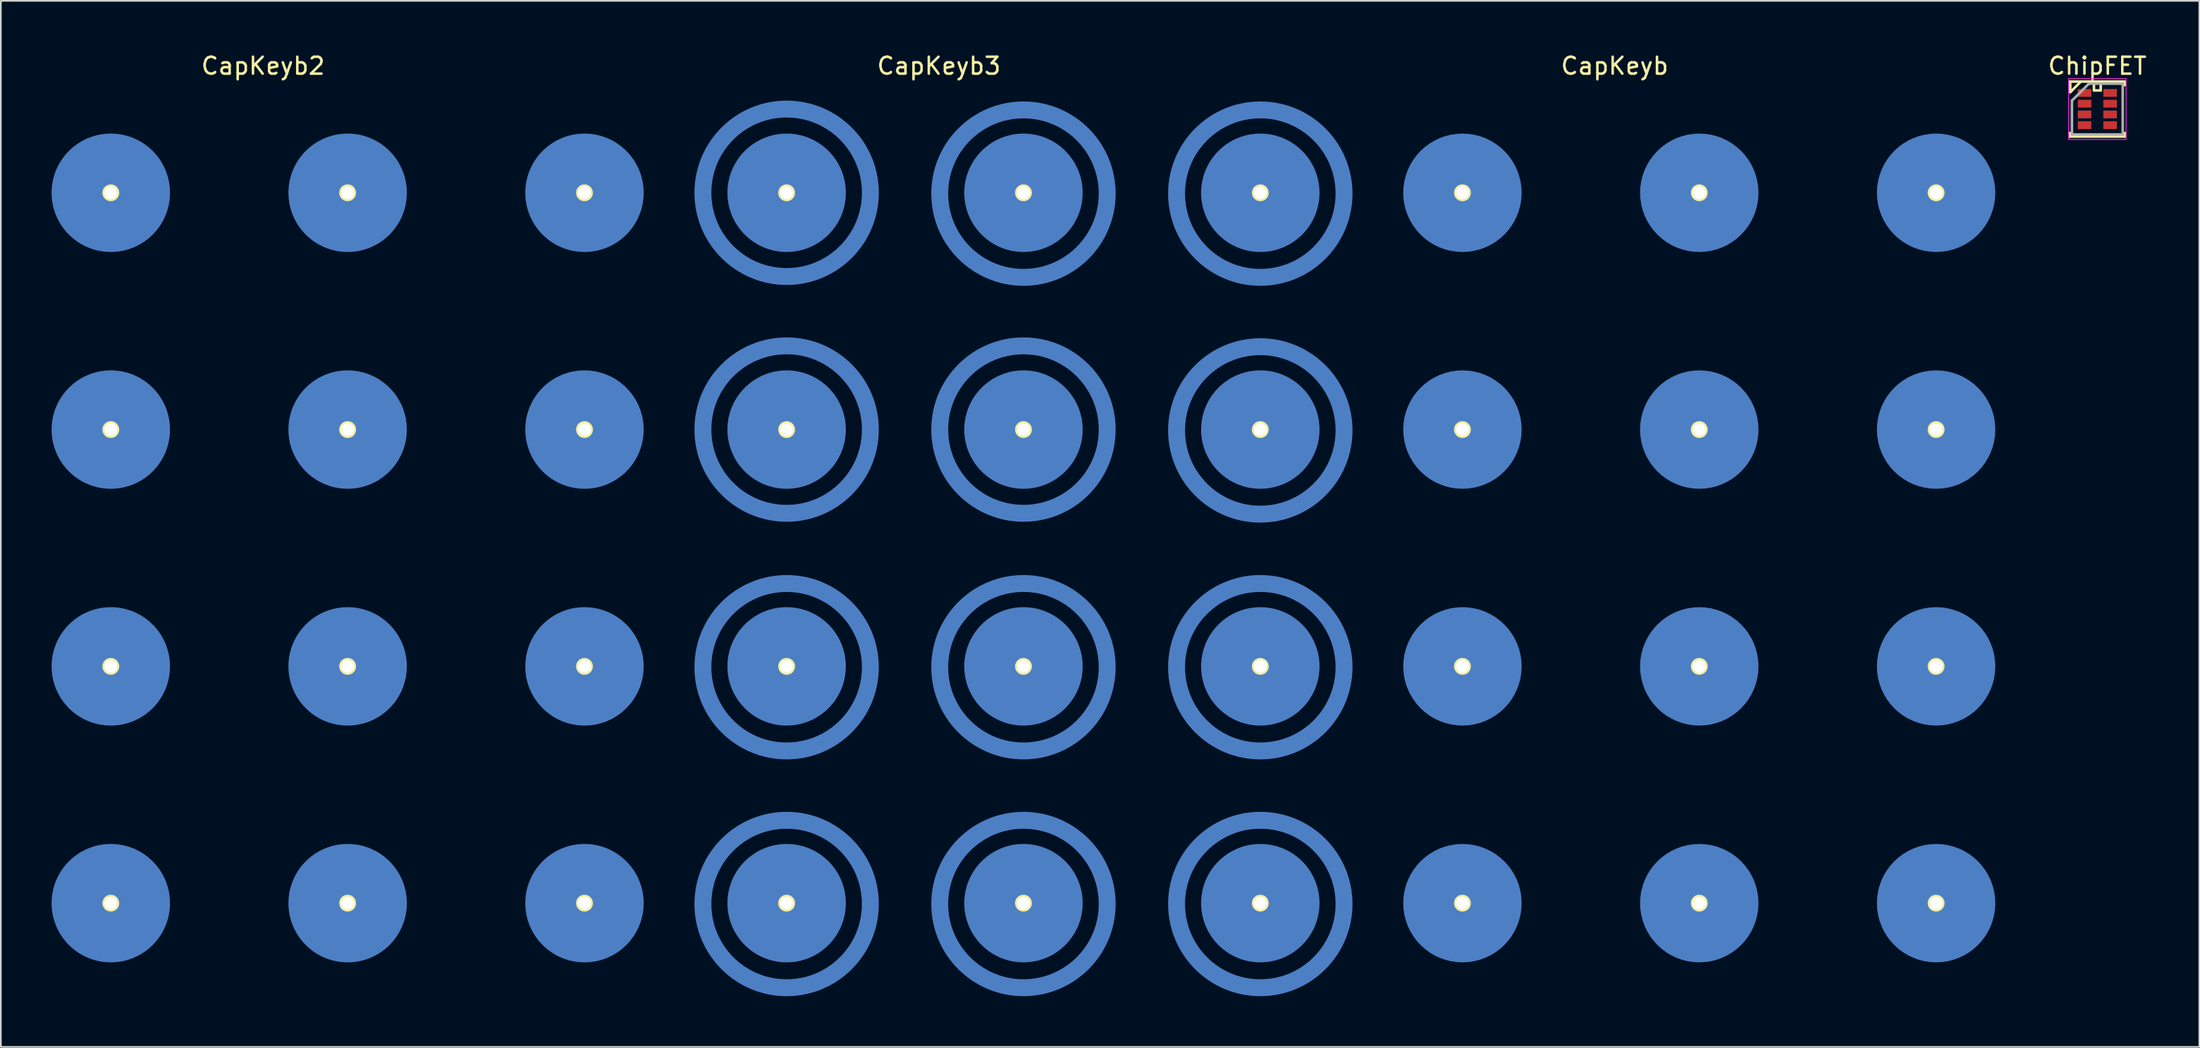
<source format=kicad_pcb>
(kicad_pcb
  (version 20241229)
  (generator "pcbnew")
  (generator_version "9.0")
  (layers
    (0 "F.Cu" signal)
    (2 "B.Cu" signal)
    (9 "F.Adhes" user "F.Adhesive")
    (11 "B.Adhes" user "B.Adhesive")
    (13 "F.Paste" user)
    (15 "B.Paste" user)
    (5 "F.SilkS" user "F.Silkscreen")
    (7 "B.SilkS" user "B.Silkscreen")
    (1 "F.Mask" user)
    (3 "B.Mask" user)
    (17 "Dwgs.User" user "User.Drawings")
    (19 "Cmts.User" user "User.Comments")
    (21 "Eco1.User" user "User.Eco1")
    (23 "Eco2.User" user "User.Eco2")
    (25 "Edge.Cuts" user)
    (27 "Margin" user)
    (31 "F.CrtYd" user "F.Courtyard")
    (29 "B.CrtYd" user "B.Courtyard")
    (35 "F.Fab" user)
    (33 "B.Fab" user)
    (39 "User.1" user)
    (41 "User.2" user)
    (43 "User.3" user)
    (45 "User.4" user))
  (footprint "CapKeyb3"
    (layer "F.Cu")
    (at 57.45 29.348)
    (property "Reference" "CapKeyb3" (at -5 -28.5 0) (layer "F.SilkS") (effects (font (size 1 1) (thickness 0.15))))
    (attr through_hole)
    (fp_circle (center -14 -21) (end -10.5 -17.5) (stroke (width 1) (type solid)) (fill no) (layer "B.Cu"))
    (fp_circle (center -14 -7) (end -10.5 -3.5) (stroke (width 1) (type solid)) (fill no) (layer "B.Cu"))
    (fp_circle (center -14 7.05) (end -10.5 10.55) (stroke (width 1) (type solid)) (fill no) (layer "B.Cu"))
    (fp_circle (center -14 21.05) (end -10.5 24.55) (stroke (width 1) (type solid)) (fill no) (layer "B.Cu"))
    (fp_circle (center 0 -20.95) (end 3.5 -17.45) (stroke (width 1) (type solid)) (fill no) (layer "B.Cu"))
    (fp_circle (center 0 -7) (end 3.5 -3.5) (stroke (width 1) (type solid)) (fill no) (layer "B.Cu"))
    (fp_circle (center 0 7.05) (end 3.5 10.55) (stroke (width 1) (type solid)) (fill no) (layer "B.Cu"))
    (fp_circle (center 0 21.05) (end 3.5 24.55) (stroke (width 1) (type solid)) (fill no) (layer "B.Cu"))
    (fp_circle (center 14 -20.95) (end 17.5 -17.45) (stroke (width 1) (type solid)) (fill no) (layer "B.Cu"))
    (fp_circle (center 14 -6.95) (end 17.5 -3.45) (stroke (width 1) (type solid)) (fill no) (layer "B.Cu"))
    (fp_circle (center 14 7.05) (end 17.5 10.55) (stroke (width 1) (type solid)) (fill no) (layer "B.Cu"))
    (fp_circle (center 14 21.05) (end 17.5 24.55) (stroke (width 1) (type solid)) (fill no) (layer "B.Cu"))
    (pad "1" thru_hole circle (at 14 -21) (size 1 1) (drill 0.762) (layers "*.Cu" "*.Mask" "F.SilkS"))
    (pad "1" smd circle (at 14 -21) (size 7 7) (layers "B.Cu"))
    (pad "2" thru_hole circle (at 0 -21) (size 1 1) (drill 0.762) (layers "*.Cu" "*.Mask" "F.SilkS"))
    (pad "2" smd circle (at 0 -21) (size 7 7) (layers "B.Cu"))
    (pad "3" thru_hole circle (at -14 -21) (size 1 1) (drill 0.762) (layers "*.Cu" "*.Mask" "F.SilkS"))
    (pad "3" smd circle (at -14 -21) (size 7 7) (layers "B.Cu"))
    (pad "4" thru_hole circle (at 14 -7) (size 1 1) (drill 0.762) (layers "*.Cu" "*.Mask" "F.SilkS"))
    (pad "4" smd circle (at 14 -7) (size 7 7) (layers "B.Cu"))
    (pad "5" thru_hole circle (at 0 -7) (size 1 1) (drill 0.762) (layers "*.Cu" "*.Mask" "F.SilkS"))
    (pad "5" smd circle (at 0 -7) (size 7 7) (layers "B.Cu"))
    (pad "6" thru_hole circle (at -14 -7) (size 1 1) (drill 0.762) (layers "*.Cu" "*.Mask" "F.SilkS"))
    (pad "6" smd circle (at -14 -7) (size 7 7) (layers "B.Cu"))
    (pad "7" thru_hole circle (at 14 7) (size 1 1) (drill 0.762) (layers "*.Cu" "*.Mask" "F.SilkS"))
    (pad "7" smd circle (at 14 7) (size 7 7) (layers "B.Cu"))
    (pad "8" thru_hole circle (at 0 7) (size 1 1) (drill 0.762) (layers "*.Cu" "*.Mask" "F.SilkS"))
    (pad "8" smd circle (at 0 7) (size 7 7) (layers "B.Cu"))
    (pad "9" thru_hole circle (at -14 7) (size 1 1) (drill 0.762) (layers "*.Cu" "*.Mask" "F.SilkS"))
    (pad "9" smd circle (at -14 7) (size 7 7) (layers "B.Cu"))
    (pad "10" thru_hole circle (at 14 21) (size 1 1) (drill 0.762) (layers "*.Cu" "*.Mask" "F.SilkS"))
    (pad "10" smd circle (at 14 21) (size 7 7) (layers "B.Cu"))
    (pad "11" thru_hole circle (at 0 21) (size 1 1) (drill 0.762) (layers "*.Cu" "*.Mask" "F.SilkS"))
    (pad "11" smd circle (at 0 21) (size 7 7) (layers "B.Cu"))
    (pad "12" thru_hole circle (at -14 21) (size 1 1) (drill 0.762) (layers "*.Cu" "*.Mask" "F.SilkS"))
    (pad "12" smd circle (at -14 21) (size 7 7) (layers "B.Cu"))
    (pad "13" smd rect (at -14 -16) (size 1 0.8) (layers "B.Cu"))
    (pad "13" smd rect (at -14 -2) (size 1 0.8) (layers "B.Cu"))
    (pad "13" smd rect (at -14 12) (size 1 0.8) (layers "B.Cu"))
    (pad "13" smd rect (at -14 26) (size 1 0.8) (layers "B.Cu"))
    (pad "13" smd rect (at 0 -16) (size 1 0.8) (layers "B.Cu"))
    (pad "13" smd rect (at 0 -2) (size 1 0.8) (layers "B.Cu"))
    (pad "13" smd rect (at 0 12) (size 1 0.8) (layers "B.Cu"))
    (pad "13" smd rect (at 0 26) (size 1 0.8) (layers "B.Cu"))
    (pad "13" smd rect (at 14 -16) (size 1 0.8) (layers "B.Cu"))
    (pad "13" smd rect (at 14 -2) (size 1 0.8) (layers "B.Cu"))
    (pad "13" smd rect (at 14 12) (size 1 0.8) (layers "B.Cu"))
    (pad "13" smd rect (at 14 26) (size 1 0.8) (layers "B.Cu")))
  (footprint "CapKeyb2"
    (layer "F.Cu")
    (at 17.5 29.348)
    (property "Reference" "CapKeyb2" (at -5 -28.5 0) (layer "F.SilkS") (effects (font (size 1 1) (thickness 0.15))))
    (attr through_hole)
    (pad "1" thru_hole circle (at 14 -21) (size 1 1) (drill 0.762) (layers "*.Cu" "*.Mask" "F.SilkS"))
    (pad "1" smd circle (at 14 -21) (size 7 7) (layers "B.Cu"))
    (pad "2" thru_hole circle (at 0 -21) (size 1 1) (drill 0.762) (layers "*.Cu" "*.Mask" "F.SilkS"))
    (pad "2" smd circle (at 0 -21) (size 7 7) (layers "B.Cu"))
    (pad "3" thru_hole circle (at -14 -21) (size 1 1) (drill 0.762) (layers "*.Cu" "*.Mask" "F.SilkS"))
    (pad "3" smd circle (at -14 -21) (size 7 7) (layers "B.Cu"))
    (pad "4" thru_hole circle (at 14 -7) (size 1 1) (drill 0.762) (layers "*.Cu" "*.Mask" "F.SilkS"))
    (pad "4" smd circle (at 14 -7) (size 7 7) (layers "B.Cu"))
    (pad "5" thru_hole circle (at 0 -7) (size 1 1) (drill 0.762) (layers "*.Cu" "*.Mask" "F.SilkS"))
    (pad "5" smd circle (at 0 -7) (size 7 7) (layers "B.Cu"))
    (pad "6" thru_hole circle (at -14 -7) (size 1 1) (drill 0.762) (layers "*.Cu" "*.Mask" "F.SilkS"))
    (pad "6" smd circle (at -14 -7) (size 7 7) (layers "B.Cu"))
    (pad "7" thru_hole circle (at 14 7) (size 1 1) (drill 0.762) (layers "*.Cu" "*.Mask" "F.SilkS"))
    (pad "7" smd circle (at 14 7) (size 7 7) (layers "B.Cu"))
    (pad "8" thru_hole circle (at 0 7) (size 1 1) (drill 0.762) (layers "*.Cu" "*.Mask" "F.SilkS"))
    (pad "8" smd circle (at 0 7) (size 7 7) (layers "B.Cu"))
    (pad "9" thru_hole circle (at -14 7) (size 1 1) (drill 0.762) (layers "*.Cu" "*.Mask" "F.SilkS"))
    (pad "9" smd circle (at -14 7) (size 7 7) (layers "B.Cu"))
    (pad "10" thru_hole circle (at 14 21) (size 1 1) (drill 0.762) (layers "*.Cu" "*.Mask" "F.SilkS"))
    (pad "10" smd circle (at 14 21) (size 7 7) (layers "B.Cu"))
    (pad "11" thru_hole circle (at 0 21) (size 1 1) (drill 0.762) (layers "*.Cu" "*.Mask" "F.SilkS"))
    (pad "11" smd circle (at 0 21) (size 7 7) (layers "B.Cu"))
    (pad "12" thru_hole circle (at -14 21) (size 1 1) (drill 0.762) (layers "*.Cu" "*.Mask" "F.SilkS"))
    (pad "12" smd circle (at -14 21) (size 7 7) (layers "B.Cu")))
  (footprint "CapKeyb"
    (layer "F.Cu")
    (at 97.399 29.348)
    (property "Reference" "CapKeyb" (at -5 -28.5 0) (layer "F.SilkS") (effects (font (size 1 1) (thickness 0.15))))
    (attr through_hole)
    (fp_circle (center -14 -21) (end -12.25 -21) (stroke (width 3.5) (type solid)) (fill no) (layer "B.Cu"))
    (fp_circle (center -14 -7) (end -12.25 -7) (stroke (width 3.5) (type solid)) (fill no) (layer "B.Cu"))
    (fp_circle (center -14 7) (end -12.25 7) (stroke (width 3.5) (type solid)) (fill no) (layer "B.Cu"))
    (fp_circle (center -14 21) (end -12.25 21) (stroke (width 3.5) (type solid)) (fill no) (layer "B.Cu"))
    (fp_circle (center 0 -21) (end 1.75 -21) (stroke (width 3.5) (type solid)) (fill no) (layer "B.Cu"))
    (fp_circle (center 0 -7) (end 1.75 -7) (stroke (width 3.5) (type solid)) (fill no) (layer "B.Cu"))
    (fp_circle (center 0 7) (end 1.75 7) (stroke (width 3.5) (type solid)) (fill no) (layer "B.Cu"))
    (fp_circle (center 0 21) (end 1.75 21) (stroke (width 3.5) (type solid)) (fill no) (layer "B.Cu"))
    (fp_circle (center 14 -21) (end 15.75 -21) (stroke (width 3.5) (type solid)) (fill no) (layer "B.Cu"))
    (fp_circle (center 14 -7) (end 15.75 -7) (stroke (width 3.5) (type solid)) (fill no) (layer "B.Cu"))
    (fp_circle (center 14 7) (end 15.75 7) (stroke (width 3.5) (type solid)) (fill no) (layer "B.Cu"))
    (fp_circle (center 14 21) (end 15.75 21) (stroke (width 3.5) (type solid)) (fill no) (layer "B.Cu"))
    (pad "1" thru_hole circle (at 14 -21) (size 1 1) (drill 0.762) (layers "*.Cu" "*.Mask" "F.SilkS"))
    (pad "2" thru_hole circle (at 0 -21) (size 1 1) (drill 0.762) (layers "*.Cu" "*.Mask" "F.SilkS"))
    (pad "3" thru_hole circle (at -14 -21) (size 1 1) (drill 0.762) (layers "*.Cu" "*.Mask" "F.SilkS"))
    (pad "4" thru_hole circle (at 14 -7) (size 1 1) (drill 0.762) (layers "*.Cu" "*.Mask" "F.SilkS"))
    (pad "5" thru_hole circle (at 0 -7) (size 1 1) (drill 0.762) (layers "*.Cu" "*.Mask" "F.SilkS"))
    (pad "6" thru_hole circle (at -14 -7) (size 1 1) (drill 0.762) (layers "*.Cu" "*.Mask" "F.SilkS"))
    (pad "7" thru_hole circle (at 14 7) (size 1 1) (drill 0.762) (layers "*.Cu" "*.Mask" "F.SilkS"))
    (pad "8" thru_hole circle (at 0 7) (size 1 1) (drill 0.762) (layers "*.Cu" "*.Mask" "F.SilkS"))
    (pad "9" thru_hole circle (at -14 7) (size 1 1) (drill 0.762) (layers "*.Cu" "*.Mask" "F.SilkS"))
    (pad "10" thru_hole circle (at 14 21) (size 1 1) (drill 0.762) (layers "*.Cu" "*.Mask" "F.SilkS"))
    (pad "11" thru_hole circle (at 0 21) (size 1 1) (drill 0.762) (layers "*.Cu" "*.Mask" "F.SilkS"))
    (pad "12" thru_hole circle (at -14 21) (size 1 1) (drill 0.762) (layers "*.Cu" "*.Mask" "F.SilkS")))
  (footprint "ChipFET"
    (layer "F.Cu")
    (at 120.929 3.398)
    (property "Reference" "ChipFET" (at 0 -2.55 0) (layer "F.SilkS") (effects (font (size 1 1) (thickness 0.15))))
    (attr smd)
    (fp_line (start -1.625 -1.625) (end -1.625 -1.5) (stroke (width 0.15) (type solid)) (layer "F.SilkS"))
    (fp_line (start -1.625 -1.625) (end 1.625 -1.625) (stroke (width 0.15) (type solid)) (layer "F.SilkS"))
    (fp_line (start -1.625 1.625) (end -1.625 1.41) (stroke (width 0.15) (type solid)) (layer "F.SilkS"))
    (fp_line (start -1.625 1.625) (end 1.625 1.625) (stroke (width 0.15) (type solid)) (layer "F.SilkS"))
    (fp_line (start -1.6 -1.5) (end -1.6 -1) (stroke (width 0.15) (type solid)) (layer "F.SilkS"))
    (fp_line (start -1.6 -1) (end -1.5 -1.1) (stroke (width 0.15) (type solid)) (layer "F.SilkS"))
    (fp_line (start -1.5 -1.1) (end -1 -1.6) (stroke (width 0.15) (type solid)) (layer "F.SilkS"))
    (fp_line (start -0.2 -1.6) (end -0.2 -1.1) (stroke (width 0.15) (type solid)) (layer "F.SilkS"))
    (fp_line (start -0.2 -1.1) (end 0.2 -1.1) (stroke (width 0.15) (type solid)) (layer "F.SilkS"))
    (fp_line (start 0.2 -1.1) (end 0.2 -1.6) (stroke (width 0.15) (type solid)) (layer "F.SilkS"))
    (fp_line (start 1.625 -1.625) (end 1.625 -1.41) (stroke (width 0.15) (type solid)) (layer "F.SilkS"))
    (fp_line (start 1.625 1.625) (end 1.625 1.41) (stroke (width 0.15) (type solid)) (layer "F.SilkS"))
    (fp_line (start -1.7 -1.8) (end -1.7 1.8) (stroke (width 0.05) (type solid)) (layer "F.CrtYd"))
    (fp_line (start -1.7 -1.8) (end 1.7 -1.8) (stroke (width 0.05) (type solid)) (layer "F.CrtYd"))
    (fp_line (start -1.7 1.8) (end 1.7 1.8) (stroke (width 0.05) (type solid)) (layer "F.CrtYd"))
    (fp_line (start 1.7 -1.8) (end 1.7 1.8) (stroke (width 0.05) (type solid)) (layer "F.CrtYd"))
    (fp_line (start -1.5 -0.5) (end -0.5 -1.5) (stroke (width 0.15) (type solid)) (layer "F.Fab"))
    (fp_line (start -1.5 1.5) (end -1.5 -0.5) (stroke (width 0.15) (type solid)) (layer "F.Fab"))
    (fp_line (start -0.5 -1.5) (end 1.5 -1.5) (stroke (width 0.15) (type solid)) (layer "F.Fab"))
    (fp_line (start 1.5 -1.5) (end 1.5 1.5) (stroke (width 0.15) (type solid)) (layer "F.Fab"))
    (fp_line (start 1.5 1.5) (end -1.5 1.5) (stroke (width 0.15) (type solid)) (layer "F.Fab"))
    (pad "1" smd rect (at -0.755 -0.953) (size 0.8 0.46) (layers "F.Cu" "F.Mask" "F.Paste"))
    (pad "2" smd rect (at -0.755 -0.318) (size 0.8 0.46) (layers "F.Cu" "F.Mask" "F.Paste"))
    (pad "3" smd rect (at -0.755 0.318) (size 0.8 0.46) (layers "F.Cu" "F.Mask" "F.Paste"))
    (pad "4" smd rect (at -0.755 0.953) (size 0.8 0.46) (layers "F.Cu" "F.Mask" "F.Paste"))
    (pad "5" smd rect (at 0.755 0.953) (size 0.8 0.46) (layers "F.Cu" "F.Mask" "F.Paste"))
    (pad "6" smd rect (at 0.755 0.318) (size 0.8 0.46) (layers "F.Cu" "F.Mask" "F.Paste"))
    (pad "7" smd rect (at 0.755 -0.318) (size 0.8 0.46) (layers "F.Cu" "F.Mask" "F.Paste"))
    (pad "8" smd rect (at 0.755 -0.953) (size 0.8 0.46) (layers "F.Cu" "F.Mask" "F.Paste")))
  (gr_rect
    (start -3 -3)
    (end 126.959 58.848)
    (stroke (width 0.1) (type default))
    (fill no)
    (layer "Edge.Cuts")))
</source>
